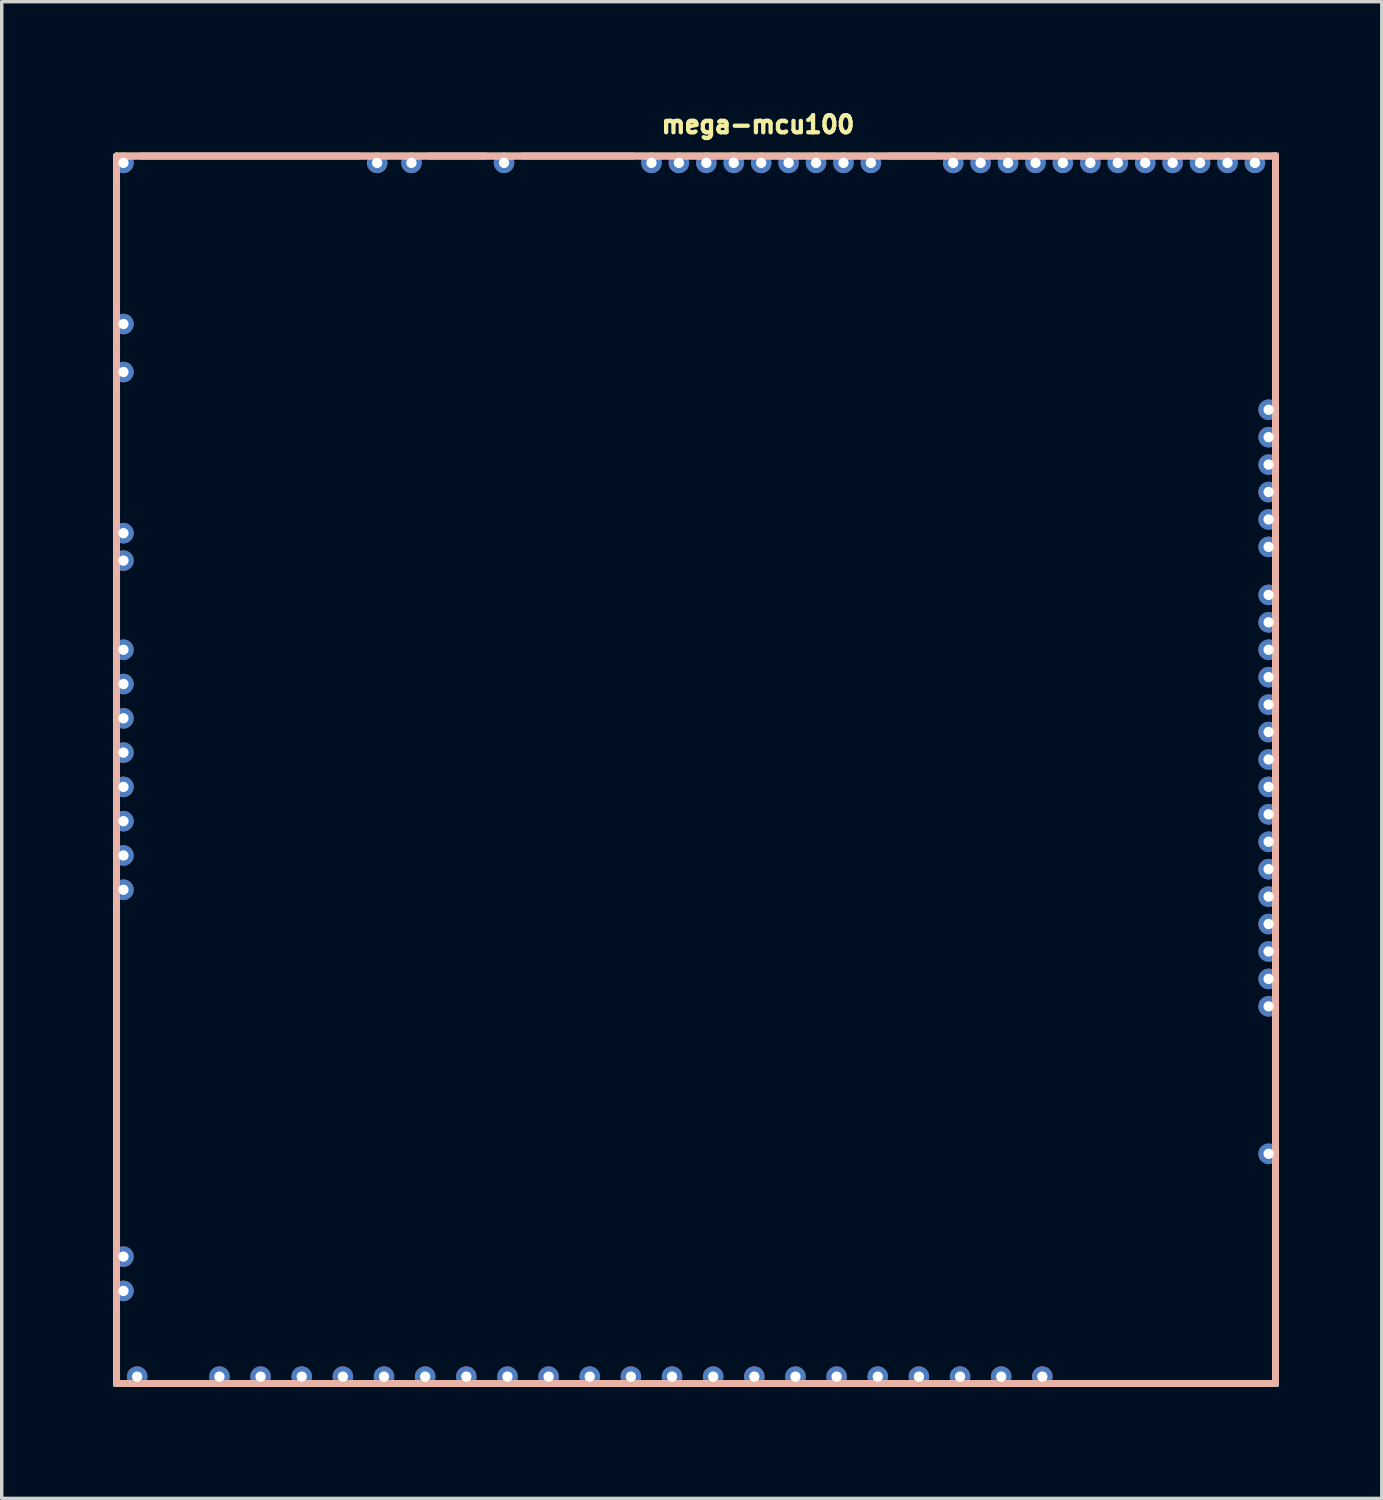
<source format=kicad_pcb>
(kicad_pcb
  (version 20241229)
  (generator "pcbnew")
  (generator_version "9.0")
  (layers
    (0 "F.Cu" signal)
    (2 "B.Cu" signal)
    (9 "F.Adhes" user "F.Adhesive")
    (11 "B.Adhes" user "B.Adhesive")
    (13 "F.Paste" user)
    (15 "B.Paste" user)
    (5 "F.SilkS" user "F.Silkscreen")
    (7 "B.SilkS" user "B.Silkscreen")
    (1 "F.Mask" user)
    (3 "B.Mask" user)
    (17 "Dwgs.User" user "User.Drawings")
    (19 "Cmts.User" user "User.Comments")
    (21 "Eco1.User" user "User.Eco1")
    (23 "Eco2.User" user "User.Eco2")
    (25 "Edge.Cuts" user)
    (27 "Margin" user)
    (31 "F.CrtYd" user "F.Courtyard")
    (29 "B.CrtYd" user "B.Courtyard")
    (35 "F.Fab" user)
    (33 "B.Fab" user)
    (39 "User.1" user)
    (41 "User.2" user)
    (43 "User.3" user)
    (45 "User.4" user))
  (footprint "mega-mcu100"
    (layer "F.Cu")
    (at 0.25 37.4)
    (property "Reference" "mega-mcu100" (at 15.926 -36.525 0) (unlocked yes) (layer "F.SilkS") (effects (font (size 0.5 0.5) (thickness 0.125)) (justify left bottom)))
    (fp_line (start 0.1 -35.9) (end 33.9 -35.9) (stroke (width 0.2) (type solid)) (layer "F.SilkS"))
    (fp_line (start 0.1 -0.1) (end 0.1 -35.9) (stroke (width 0.2) (type solid)) (layer "F.SilkS"))
    (fp_line (start 0.1 -0.1) (end 33.9 -0.1) (stroke (width 0.2) (type solid)) (layer "F.SilkS"))
    (fp_line (start 33.9 -0.1) (end 33.9 -35.9) (stroke (width 0.2) (type solid)) (layer "F.SilkS"))
    (fp_line (start 0.1 -35.9) (end 33.9 -35.9) (stroke (width 0.2) (type solid)) (layer "B.SilkS"))
    (fp_line (start 0.1 -0.1) (end 0.1 -35.9) (stroke (width 0.2) (type solid)) (layer "B.SilkS"))
    (fp_line (start 0.1 -0.1) (end 33.9 -0.1) (stroke (width 0.2) (type solid)) (layer "B.SilkS"))
    (fp_line (start 33.9 -0.1) (end 33.9 -35.9) (stroke (width 0.2) (type solid)) (layer "B.SilkS"))
    (pad "E1" thru_hole circle (at 33.7 -6.8 270) (size 0.6 0.6) (drill 0.3) (layers "*.Cu"))
    (pad "E2" thru_hole circle (at 33.7 -11.1 270) (size 0.6 0.6) (drill 0.3) (layers "*.Cu"))
    (pad "E3" thru_hole circle (at 33.7 -11.9 180) (size 0.6 0.6) (drill 0.3) (layers "*.Cu"))
    (pad "E4" thru_hole circle (at 33.7 -12.7 180) (size 0.6 0.6) (drill 0.3) (layers "*.Cu"))
    (pad "E5" thru_hole circle (at 33.7 -13.5 270) (size 0.6 0.6) (drill 0.3) (layers "*.Cu"))
    (pad "E6" thru_hole circle (at 33.7 -14.3) (size 0.6 0.6) (drill 0.3) (layers "*.Cu"))
    (pad "E7" thru_hole circle (at 33.7 -15.1) (size 0.6 0.6) (drill 0.3) (layers "*.Cu"))
    (pad "E8" thru_hole circle (at 33.7 -15.9) (size 0.6 0.6) (drill 0.3) (layers "*.Cu"))
    (pad "E9" thru_hole circle (at 33.7 -16.7) (size 0.6 0.6) (drill 0.3) (layers "*.Cu"))
    (pad "E10" thru_hole circle (at 33.7 -17.5 180) (size 0.6 0.6) (drill 0.3) (layers "*.Cu"))
    (pad "E11" thru_hole circle (at 33.7 -18.3 180) (size 0.6 0.6) (drill 0.3) (layers "*.Cu"))
    (pad "E12" thru_hole circle (at 33.7 -19.1 180) (size 0.6 0.6) (drill 0.3) (layers "*.Cu"))
    (pad "E13" thru_hole circle (at 33.7 -19.9 180) (size 0.6 0.6) (drill 0.3) (layers "*.Cu"))
    (pad "E14" thru_hole circle (at 33.7 -20.7 180) (size 0.6 0.6) (drill 0.3) (layers "*.Cu"))
    (pad "E15" thru_hole circle (at 33.7 -21.5 180) (size 0.6 0.6) (drill 0.3) (layers "*.Cu"))
    (pad "E16" thru_hole circle (at 33.7 -22.3 270) (size 0.6 0.6) (drill 0.3) (layers "*.Cu"))
    (pad "E17" thru_hole circle (at 33.7 -23.1 270) (size 0.6 0.6) (drill 0.3) (layers "*.Cu"))
    (pad "E18" thru_hole circle (at 33.7 -24.5 270) (size 0.6 0.6) (drill 0.3) (layers "*.Cu"))
    (pad "E19" thru_hole circle (at 33.7 -25.3 270) (size 0.6 0.6) (drill 0.3) (layers "*.Cu"))
    (pad "E20" thru_hole circle (at 33.7 -26.1 270) (size 0.6 0.6) (drill 0.3) (layers "*.Cu"))
    (pad "E21" thru_hole circle (at 33.7 -26.9 270) (size 0.6 0.6) (drill 0.3) (layers "*.Cu"))
    (pad "E22" thru_hole circle (at 33.7 -27.7 270) (size 0.6 0.6) (drill 0.3) (layers "*.Cu"))
    (pad "E23" thru_hole circle (at 33.7 -28.5 180) (size 0.6 0.6) (drill 0.3) (layers "*.Cu"))
    (pad "G" smd rect (at 0.1 -33.35) (size 0.2 3.7) (layers "F.Cu"))
    (pad "G" smd rect (at 0.1 -33.35) (size 0.2 3.7) (layers "B.Cu"))
    (pad "G" smd rect (at 0.1 -33.35) (size 0.2 3.7) (layers "In1.Cu"))
    (pad "G" smd rect (at 0.1 -33.35) (size 0.2 3.7) (layers "In2.Cu"))
    (pad "G" smd rect (at 0.1 -30.3) (size 0.2 0.4) (layers "F.Cu"))
    (pad "G" smd rect (at 0.1 -30.3) (size 0.2 0.4) (layers "B.Cu"))
    (pad "G" smd rect (at 0.1 -30.3) (size 0.2 0.4) (layers "In1.Cu"))
    (pad "G" smd rect (at 0.1 -30.3) (size 0.2 0.4) (layers "In2.Cu"))
    (pad "G" smd rect (at 0.1 -27.25) (size 0.2 3.7) (layers "F.Cu"))
    (pad "G" smd rect (at 0.1 -27.25) (size 0.2 3.7) (layers "B.Cu"))
    (pad "G" smd rect (at 0.1 -27.25) (size 0.2 3.7) (layers "In1.Cu"))
    (pad "G" smd rect (at 0.1 -27.25) (size 0.2 3.7) (layers "In2.Cu"))
    (pad "G" smd rect (at 0.1 -22.8) (size 0.2 1.6) (layers "F.Cu"))
    (pad "G" smd rect (at 0.1 -22.8) (size 0.2 1.6) (layers "B.Cu"))
    (pad "G" smd rect (at 0.1 -22.8) (size 0.2 1.6) (layers "In1.Cu"))
    (pad "G" smd rect (at 0.1 -22.8) (size 0.2 1.6) (layers "In2.Cu"))
    (pad "G" smd rect (at 0.1 -9.15) (size 0.2 9.7) (layers "F.Cu"))
    (pad "G" smd rect (at 0.1 -9.15) (size 0.2 9.7) (layers "B.Cu"))
    (pad "G" smd rect (at 0.1 -9.15) (size 0.2 9.7) (layers "In1.Cu"))
    (pad "G" smd rect (at 0.1 -9.15) (size 0.2 9.7) (layers "In2.Cu"))
    (pad "G" smd rect (at 0.1 -1.15) (size 0.2 2.3) (layers "F.Cu"))
    (pad "G" smd rect (at 0.1 -1.15) (size 0.2 2.3) (layers "B.Cu"))
    (pad "G" smd rect (at 0.1 -1.15) (size 0.2 2.3) (layers "In1.Cu"))
    (pad "G" smd rect (at 0.1 -1.15) (size 0.2 2.3) (layers "In2.Cu"))
    (pad "G" smd rect (at 1.9 -0.1 90) (size 0.2 1.4) (layers "F.Cu"))
    (pad "G" smd rect (at 1.9 -0.1 90) (size 0.2 1.4) (layers "B.Cu"))
    (pad "G" smd rect (at 1.9 -0.1 90) (size 0.2 1.4) (layers "In1.Cu"))
    (pad "G" smd rect (at 1.9 -0.1 90) (size 0.2 1.4) (layers "In2.Cu"))
    (pad "G" smd rect (at 4 -35.9 270) (size 0.2 6.4) (layers "F.Cu"))
    (pad "G" smd rect (at 4 -35.9 270) (size 0.2 6.4) (layers "B.Cu"))
    (pad "G" smd rect (at 4 -35.9 270) (size 0.2 6.4) (layers "In1.Cu"))
    (pad "G" smd rect (at 4 -35.9 270) (size 0.2 6.4) (layers "In2.Cu"))
    (pad "G" smd rect (at 10.05 -35.9 270) (size 0.2 1.7) (layers "F.Cu"))
    (pad "G" smd rect (at 10.05 -35.9 270) (size 0.2 1.7) (layers "B.Cu"))
    (pad "G" smd rect (at 10.05 -35.9 270) (size 0.2 1.7) (layers "In1.Cu"))
    (pad "G" smd rect (at 10.05 -35.9 270) (size 0.2 1.7) (layers "In2.Cu"))
    (pad "G" smd rect (at 13.55 -35.9 270) (size 0.2 3.3) (layers "F.Cu"))
    (pad "G" smd rect (at 13.55 -35.9 270) (size 0.2 3.3) (layers "B.Cu"))
    (pad "G" smd rect (at 13.55 -35.9 270) (size 0.2 3.3) (layers "In1.Cu"))
    (pad "G" smd rect (at 13.55 -35.9 270) (size 0.2 3.3) (layers "In2.Cu"))
    (pad "G" smd rect (at 23.3 -35.9 270) (size 0.2 1.4) (layers "F.Cu"))
    (pad "G" smd rect (at 23.3 -35.9 270) (size 0.2 1.4) (layers "B.Cu"))
    (pad "G" smd rect (at 23.3 -35.9 270) (size 0.2 1.4) (layers "In1.Cu"))
    (pad "G" smd rect (at 23.3 -35.9 270) (size 0.2 1.4) (layers "In2.Cu"))
    (pad "G" smd rect (at 30.8 -0.1 90) (size 0.2 6.4) (layers "F.Cu"))
    (pad "G" smd rect (at 30.8 -0.1 90) (size 0.2 6.4) (layers "B.Cu"))
    (pad "G" smd rect (at 30.8 -0.1 90) (size 0.2 6.4) (layers "In1.Cu"))
    (pad "G" smd rect (at 30.8 -0.1 90) (size 0.2 6.4) (layers "In2.Cu"))
    (pad "G" smd rect (at 33.9 -32.5 180) (size 0.2 7) (layers "F.Cu"))
    (pad "G" smd rect (at 33.9 -32.5 180) (size 0.2 7) (layers "B.Cu"))
    (pad "G" smd rect (at 33.9 -32.5 180) (size 0.2 7) (layers "In1.Cu"))
    (pad "G" smd rect (at 33.9 -32.5 180) (size 0.2 7) (layers "In2.Cu"))
    (pad "G" smd rect (at 33.9 -23.8 180) (size 0.2 0.4) (layers "F.Cu"))
    (pad "G" smd rect (at 33.9 -23.8 180) (size 0.2 0.4) (layers "B.Cu"))
    (pad "G" smd rect (at 33.9 -23.8 180) (size 0.2 0.4) (layers "In1.Cu"))
    (pad "G" smd rect (at 33.9 -23.8 180) (size 0.2 0.4) (layers "In2.Cu"))
    (pad "G" smd rect (at 33.9 -8.95 180) (size 0.2 3.3) (layers "F.Cu"))
    (pad "G" smd rect (at 33.9 -8.95 180) (size 0.2 3.3) (layers "B.Cu"))
    (pad "G" smd rect (at 33.9 -8.95 180) (size 0.2 3.3) (layers "In1.Cu"))
    (pad "G" smd rect (at 33.9 -8.95 180) (size 0.2 3.3) (layers "In2.Cu"))
    (pad "G" smd rect (at 33.9 -3.15 180) (size 0.2 6.3) (layers "F.Cu"))
    (pad "G" smd rect (at 33.9 -3.15 180) (size 0.2 6.3) (layers "B.Cu"))
    (pad "G" smd rect (at 33.9 -3.15 180) (size 0.2 6.3) (layers "In1.Cu"))
    (pad "G" smd rect (at 33.9 -3.15 180) (size 0.2 6.3) (layers "In2.Cu"))
    (pad "N1" thru_hole circle (at 33.3 -35.7 270) (size 0.6 0.6) (drill 0.3) (layers "*.Cu"))
    (pad "N2" thru_hole circle (at 32.5 -35.7 270) (size 0.6 0.6) (drill 0.3) (layers "*.Cu"))
    (pad "N3" thru_hole circle (at 31.7 -35.7 270) (size 0.6 0.6) (drill 0.3) (layers "*.Cu"))
    (pad "N4" thru_hole circle (at 30.9 -35.7 270) (size 0.6 0.6) (drill 0.3) (layers "*.Cu"))
    (pad "N5" thru_hole circle (at 30.1 -35.7 270) (size 0.6 0.6) (drill 0.3) (layers "*.Cu"))
    (pad "N6" thru_hole circle (at 29.3 -35.7 270) (size 0.6 0.6) (drill 0.3) (layers "*.Cu"))
    (pad "N7" thru_hole circle (at 28.5 -35.7 90) (size 0.6 0.6) (drill 0.3) (layers "*.Cu"))
    (pad "N8" thru_hole circle (at 27.7 -35.7 270) (size 0.6 0.6) (drill 0.3) (layers "*.Cu"))
    (pad "N9" thru_hole circle (at 26.9 -35.7 90) (size 0.6 0.6) (drill 0.3) (layers "*.Cu"))
    (pad "N10" thru_hole circle (at 26.1 -35.7 90) (size 0.6 0.6) (drill 0.3) (layers "*.Cu"))
    (pad "N11" thru_hole circle (at 25.3 -35.7 90) (size 0.6 0.6) (drill 0.3) (layers "*.Cu"))
    (pad "N12" thru_hole circle (at 24.5 -35.7 90) (size 0.6 0.6) (drill 0.3) (layers "*.Cu"))
    (pad "N13" thru_hole circle (at 22.1 -35.7 270) (size 0.6 0.6) (drill 0.3) (layers "*.Cu"))
    (pad "N14" thru_hole circle (at 21.3 -35.7 270) (size 0.6 0.6) (drill 0.3) (layers "*.Cu"))
    (pad "N14a" thru_hole circle (at 20.5 -35.7 270) (size 0.6 0.6) (drill 0.3) (layers "*.Cu"))
    (pad "N14b" thru_hole circle (at 19.7 -35.7 270) (size 0.6 0.6) (drill 0.3) (layers "*.Cu"))
    (pad "N15" thru_hole circle (at 18.9 -35.7 270) (size 0.6 0.6) (drill 0.3) (layers "*.Cu"))
    (pad "N16" thru_hole circle (at 18.1 -35.7 90) (size 0.6 0.6) (drill 0.3) (layers "*.Cu"))
    (pad "N17" thru_hole circle (at 17.3 -35.7 270) (size 0.6 0.6) (drill 0.3) (layers "*.Cu"))
    (pad "N18" thru_hole circle (at 16.5 -35.7 270) (size 0.6 0.6) (drill 0.3) (layers "*.Cu"))
    (pad "N19" thru_hole circle (at 15.7 -35.7 270) (size 0.6 0.6) (drill 0.3) (layers "*.Cu"))
    (pad "N20" thru_hole circle (at 11.4 -35.7 270) (size 0.6 0.6) (drill 0.3) (layers "*.Cu"))
    (pad "N21" thru_hole circle (at 8.7 -35.7 270) (size 0.6 0.6) (drill 0.3) (layers "*.Cu"))
    (pad "N22" thru_hole circle (at 7.7 -35.7 270) (size 0.6 0.6) (drill 0.3) (layers "*.Cu"))
    (pad "N23" thru_hole circle (at 0.3 -35.7 270) (size 0.6 0.6) (drill 0.3) (layers "*.Cu"))
    (pad "S1" thru_hole circle (at 27.1 -0.3 270) (size 0.6 0.6) (drill 0.3) (layers "*.Cu"))
    (pad "S2" thru_hole circle (at 25.9 -0.3 270) (size 0.6 0.6) (drill 0.3) (layers "*.Cu"))
    (pad "S3" thru_hole circle (at 24.7 -0.3 270) (size 0.6 0.6) (drill 0.3) (layers "*.Cu"))
    (pad "S4" thru_hole circle (at 23.5 -0.3 270) (size 0.6 0.6) (drill 0.3) (layers "*.Cu"))
    (pad "S5" thru_hole circle (at 22.3 -0.3 270) (size 0.6 0.6) (drill 0.3) (layers "*.Cu"))
    (pad "S6" thru_hole circle (at 21.1 -0.3 270) (size 0.6 0.6) (drill 0.3) (layers "*.Cu"))
    (pad "S7" thru_hole circle (at 19.9 -0.3 270) (size 0.6 0.6) (drill 0.3) (layers "*.Cu"))
    (pad "S8" thru_hole circle (at 18.7 -0.3 270) (size 0.6 0.6) (drill 0.3) (layers "*.Cu"))
    (pad "S9" thru_hole circle (at 17.5 -0.3 270) (size 0.6 0.6) (drill 0.3) (layers "*.Cu"))
    (pad "S10" thru_hole circle (at 16.3 -0.3 270) (size 0.6 0.6) (drill 0.3) (layers "*.Cu"))
    (pad "S11" thru_hole circle (at 15.1 -0.3 270) (size 0.6 0.6) (drill 0.3) (layers "*.Cu"))
    (pad "S12" thru_hole circle (at 13.9 -0.3 270) (size 0.6 0.6) (drill 0.3) (layers "*.Cu"))
    (pad "S13" thru_hole circle (at 12.7 -0.3 270) (size 0.6 0.6) (drill 0.3) (layers "*.Cu"))
    (pad "S14" thru_hole circle (at 11.5 -0.3 270) (size 0.6 0.6) (drill 0.3) (layers "*.Cu"))
    (pad "S15" thru_hole circle (at 10.3 -0.3 270) (size 0.6 0.6) (drill 0.3) (layers "*.Cu"))
    (pad "S16" thru_hole circle (at 9.1 -0.3 270) (size 0.6 0.6) (drill 0.3) (layers "*.Cu"))
    (pad "S17" thru_hole circle (at 7.9 -0.3 270) (size 0.6 0.6) (drill 0.3) (layers "*.Cu"))
    (pad "S18" thru_hole circle (at 6.7 -0.3 270) (size 0.6 0.6) (drill 0.3) (layers "*.Cu"))
    (pad "S19" thru_hole circle (at 5.5 -0.3 270) (size 0.6 0.6) (drill 0.3) (layers "*.Cu"))
    (pad "S20" thru_hole circle (at 4.3 -0.3 270) (size 0.6 0.6) (drill 0.3) (layers "*.Cu"))
    (pad "S21" thru_hole circle (at 3.1 -0.3 270) (size 0.6 0.6) (drill 0.3) (layers "*.Cu"))
    (pad "S22" thru_hole circle (at 0.7 -0.3 270) (size 0.6 0.6) (drill 0.3) (layers "*.Cu"))
    (pad "W1" thru_hole circle (at 0.3 -2.8 180) (size 0.6 0.6) (drill 0.3) (layers "*.Cu"))
    (pad "W2" thru_hole circle (at 0.3 -3.8 270) (size 0.6 0.6) (drill 0.3) (layers "*.Cu"))
    (pad "W3" thru_hole circle (at 0.3 -14.5 180) (size 0.6 0.6) (drill 0.3) (layers "*.Cu"))
    (pad "W4" thru_hole circle (at 0.3 -15.5 180) (size 0.6 0.6) (drill 0.3) (layers "*.Cu"))
    (pad "W5" thru_hole circle (at 0.3 -16.5 180) (size 0.6 0.6) (drill 0.3) (layers "*.Cu"))
    (pad "W6" thru_hole circle (at 0.3 -17.5 180) (size 0.6 0.6) (drill 0.3) (layers "*.Cu"))
    (pad "W7" thru_hole circle (at 0.3 -18.5 180) (size 0.6 0.6) (drill 0.3) (layers "*.Cu"))
    (pad "W8" thru_hole circle (at 0.3 -19.5 180) (size 0.6 0.6) (drill 0.3) (layers "*.Cu"))
    (pad "W9" thru_hole circle (at 0.3 -20.5 180) (size 0.6 0.6) (drill 0.3) (layers "*.Cu"))
    (pad "W10" thru_hole circle (at 0.3 -21.5 180) (size 0.6 0.6) (drill 0.3) (layers "*.Cu"))
    (pad "W11" thru_hole circle (at 0.3 -24.1 270) (size 0.6 0.6) (drill 0.3) (layers "*.Cu"))
    (pad "W12" thru_hole circle (at 0.3 -24.9 270) (size 0.6 0.6) (drill 0.3) (layers "*.Cu"))
    (pad "W13" thru_hole circle (at 0.3 -29.6 180) (size 0.6 0.6) (drill 0.3) (layers "*.Cu"))
    (pad "W14" thru_hole circle (at 0.3 -31 270) (size 0.6 0.6) (drill 0.3) (layers "*.Cu"))
    (zone (net_name "") (layers "F.Cu" "B.Cu") (hatch edge 0.5) (connect_pads) (min_thickness 0.25) (filled_areas_thickness no) (keepout (tracks allowed) (vias allowed) (pads allowed) (copperpour not_allowed) (footprints allowed)) (placement (enabled no)) (fill) (polygon (pts (xy 0.35 1.5) (xy 34.15 1.5) (xy 34.15 37.3) (xy 0.35 37.3)))))
  (gr_rect
    (start -3 -3)
    (end 37.25 40.65)
    (stroke (width 0.1) (type default))
    (fill no)
    (layer "Edge.Cuts")))
</source>
